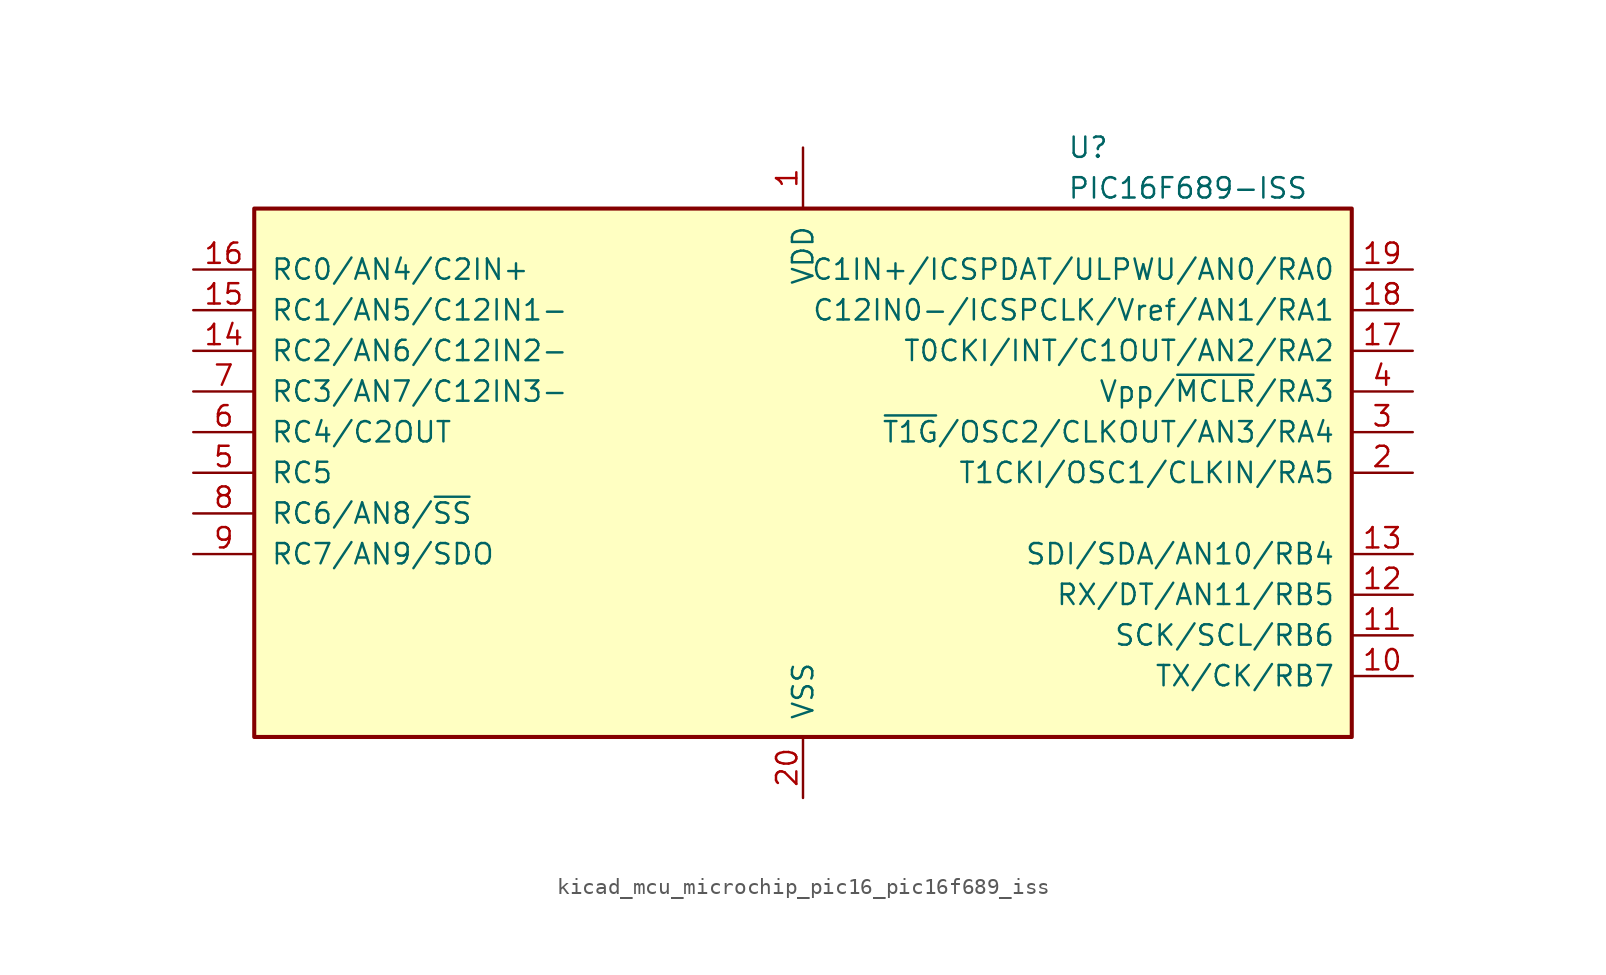
<source format=kicad_sym>
(kicad_symbol_lib
  (version 20220914)
  (generator kicad_symbol_editor)
  (symbol "kicad_mcu_microchip_pic16_pic16f689_iss"
    (pin_names
      (offset 1.016))
    (property "Reference" "U"
      (at 16.51 20.32 0)
      (effects (font (size 1.27 1.27)) (justify left)))
    (property "Value" "PIC16F689-ISS"
      (at 16.51 17.78 0)
      (effects (font (size 1.27 1.27)) (justify left)))
    (symbol "kicad_mcu_microchip_pic16_pic16f689_iss_0_1"
      (rectangle (start -34.29 16.51) (end 34.29 -16.51) (stroke (width 0.254) (type default)) (fill (type background))))
    (symbol "kicad_mcu_microchip_pic16_pic16f689_iss_1_1"
      (pin power_in line (at 0 20.32 270) (length 3.81) (name "VDD" (effects (font (size 1.27 1.27)))) (number "1" (effects (font (size 1.27 1.27)))))
      (pin bidirectional line (at 38.1 -12.7 180) (length 3.81) (name "TX/CK/RB7" (effects (font (size 1.27 1.27)))) (number "10" (effects (font (size 1.27 1.27)))))
      (pin bidirectional line (at 38.1 -10.16 180) (length 3.81) (name "SCK/SCL/RB6" (effects (font (size 1.27 1.27)))) (number "11" (effects (font (size 1.27 1.27)))))
      (pin bidirectional line (at 38.1 -7.62 180) (length 3.81) (name "RX/DT/AN11/RB5" (effects (font (size 1.27 1.27)))) (number "12" (effects (font (size 1.27 1.27)))))
      (pin bidirectional line (at 38.1 -5.08 180) (length 3.81) (name "SDI/SDA/AN10/RB4" (effects (font (size 1.27 1.27)))) (number "13" (effects (font (size 1.27 1.27)))))
      (pin bidirectional line (at -38.1 7.62 0) (length 3.81) (name "RC2/AN6/C12IN2-" (effects (font (size 1.27 1.27)))) (number "14" (effects (font (size 1.27 1.27)))))
      (pin bidirectional line (at -38.1 10.16 0) (length 3.81) (name "RC1/AN5/C12IN1-" (effects (font (size 1.27 1.27)))) (number "15" (effects (font (size 1.27 1.27)))))
      (pin bidirectional line (at -38.1 12.7 0) (length 3.81) (name "RC0/AN4/C2IN+" (effects (font (size 1.27 1.27)))) (number "16" (effects (font (size 1.27 1.27)))))
      (pin bidirectional line (at 38.1 7.62 180) (length 3.81) (name "T0CKI/INT/C1OUT/AN2/RA2" (effects (font (size 1.27 1.27)))) (number "17" (effects (font (size 1.27 1.27)))))
      (pin bidirectional line (at 38.1 10.16 180) (length 3.81) (name "C12IN0-/ICSPCLK/Vref/AN1/RA1" (effects (font (size 1.27 1.27)))) (number "18" (effects (font (size 1.27 1.27)))))
      (pin bidirectional line (at 38.1 12.7 180) (length 3.81) (name "C1IN+/ICSPDAT/ULPWU/AN0/RA0" (effects (font (size 1.27 1.27)))) (number "19" (effects (font (size 1.27 1.27)))))
      (pin bidirectional line (at 38.1 0 180) (length 3.81) (name "T1CKI/OSC1/CLKIN/RA5" (effects (font (size 1.27 1.27)))) (number "2" (effects (font (size 1.27 1.27)))))
      (pin power_in line (at 0 -20.32 90) (length 3.81) (name "VSS" (effects (font (size 1.27 1.27)))) (number "20" (effects (font (size 1.27 1.27)))))
      (pin bidirectional line (at 38.1 2.54 180) (length 3.81) (name "~{T1G}/OSC2/CLKOUT/AN3/RA4" (effects (font (size 1.27 1.27)))) (number "3" (effects (font (size 1.27 1.27)))))
      (pin input line (at 38.1 5.08 180) (length 3.81) (name "Vpp/~{MCLR}/RA3" (effects (font (size 1.27 1.27)))) (number "4" (effects (font (size 1.27 1.27)))))
      (pin bidirectional line (at -38.1 0 0) (length 3.81) (name "RC5" (effects (font (size 1.27 1.27)))) (number "5" (effects (font (size 1.27 1.27)))))
      (pin bidirectional line (at -38.1 2.54 0) (length 3.81) (name "RC4/C2OUT" (effects (font (size 1.27 1.27)))) (number "6" (effects (font (size 1.27 1.27)))))
      (pin bidirectional line (at -38.1 5.08 0) (length 3.81) (name "RC3/AN7/C12IN3-" (effects (font (size 1.27 1.27)))) (number "7" (effects (font (size 1.27 1.27)))))
      (pin bidirectional line (at -38.1 -2.54 0) (length 3.81) (name "RC6/AN8/~{SS}" (effects (font (size 1.27 1.27)))) (number "8" (effects (font (size 1.27 1.27)))))
      (pin bidirectional line (at -38.1 -5.08 0) (length 3.81) (name "RC7/AN9/SDO" (effects (font (size 1.27 1.27)))) (number "9" (effects (font (size 1.27 1.27))))))))
</source>
